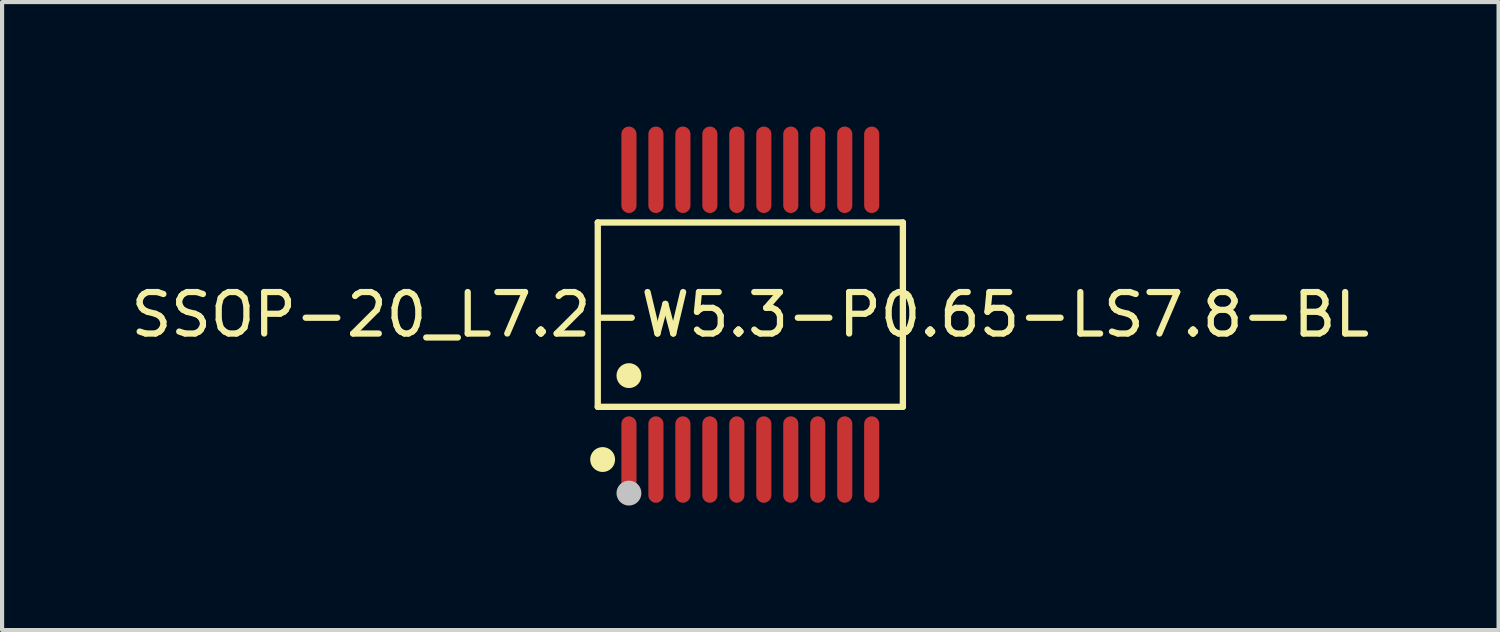
<source format=kicad_pcb>
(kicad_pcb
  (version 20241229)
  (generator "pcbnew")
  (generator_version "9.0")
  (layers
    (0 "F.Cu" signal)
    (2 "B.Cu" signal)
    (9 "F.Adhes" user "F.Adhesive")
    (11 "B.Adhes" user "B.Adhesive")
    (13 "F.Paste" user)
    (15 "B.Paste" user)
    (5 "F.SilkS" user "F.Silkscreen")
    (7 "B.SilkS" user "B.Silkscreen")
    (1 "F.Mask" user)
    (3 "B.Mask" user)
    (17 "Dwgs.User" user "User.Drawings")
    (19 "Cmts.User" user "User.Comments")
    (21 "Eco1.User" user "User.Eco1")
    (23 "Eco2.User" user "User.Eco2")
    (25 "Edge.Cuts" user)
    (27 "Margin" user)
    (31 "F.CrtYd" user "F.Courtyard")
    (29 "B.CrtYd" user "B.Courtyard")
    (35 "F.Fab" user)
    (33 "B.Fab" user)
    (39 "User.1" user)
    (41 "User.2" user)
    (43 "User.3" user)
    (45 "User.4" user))
  (footprint "SSOP-20_L7.2-W5.3-P0.65-LS7.8-BL"
    (layer "F.Cu")
    (at 15.03 4.532)
    (property "Reference" "SSOP-20_L7.2-W5.3-P0.65-LS7.8-BL" (at 0 0 0) (layer "F.SilkS") (effects (font (size 1 1) (thickness 0.15))))
    (fp_line (start -3.676 -2.221) (end 3.676 -2.221) (stroke (width 0.152) (type default)) (layer "F.SilkS"))
    (fp_line (start -3.676 2.221) (end -3.676 -2.221) (stroke (width 0.152) (type default)) (layer "F.SilkS"))
    (fp_line (start 3.676 -2.221) (end 3.676 2.221) (stroke (width 0.152) (type default)) (layer "F.SilkS"))
    (fp_line (start 3.676 2.221) (end -3.676 2.221) (stroke (width 0.152) (type default)) (layer "F.SilkS"))
    (fp_circle (center -3.559 3.491) (end -3.409 3.491) (stroke (width 0.3) (type default)) (fill no) (layer "F.SilkS"))
    (fp_circle (center -2.925 1.469) (end -2.775 1.469) (stroke (width 0.3) (type default)) (fill no) (layer "F.SilkS"))
    (fp_circle (center -2.925 4.3) (end -2.775 4.3) (stroke (width 0.3) (type default)) (fill no) (layer "Dwgs.User"))
    (fp_poly (pts (xy -3.075 -3.9) (xy -3.075 -3.15) (xy -2.775 -3.15) (xy -2.775 -3.9)) (stroke (width 0.1) (type default)) (fill no) (layer "User.1"))
    (fp_poly (pts (xy -3.075 -3.16) (xy -3.075 -2.64) (xy -2.775 -2.64) (xy -2.775 -3.16)) (stroke (width 0.1) (type default)) (fill no) (layer "User.1"))
    (fp_poly (pts (xy -3.075 3.16) (xy -3.075 2.64) (xy -2.775 2.64) (xy -2.775 3.16)) (stroke (width 0.1) (type default)) (fill no) (layer "User.1"))
    (fp_poly (pts (xy -3.075 3.9) (xy -3.075 3.15) (xy -2.775 3.15) (xy -2.775 3.9)) (stroke (width 0.1) (type default)) (fill no) (layer "User.1"))
    (fp_poly (pts (xy -2.425 -3.9) (xy -2.425 -3.15) (xy -2.125 -3.15) (xy -2.125 -3.9)) (stroke (width 0.1) (type default)) (fill no) (layer "User.1"))
    (fp_poly (pts (xy -2.425 -3.16) (xy -2.425 -2.64) (xy -2.125 -2.64) (xy -2.125 -3.16)) (stroke (width 0.1) (type default)) (fill no) (layer "User.1"))
    (fp_poly (pts (xy -2.425 3.16) (xy -2.425 2.64) (xy -2.125 2.64) (xy -2.125 3.16)) (stroke (width 0.1) (type default)) (fill no) (layer "User.1"))
    (fp_poly (pts (xy -2.425 3.9) (xy -2.425 3.15) (xy -2.125 3.15) (xy -2.125 3.9)) (stroke (width 0.1) (type default)) (fill no) (layer "User.1"))
    (fp_poly (pts (xy -1.775 -3.9) (xy -1.775 -3.15) (xy -1.475 -3.15) (xy -1.475 -3.9)) (stroke (width 0.1) (type default)) (fill no) (layer "User.1"))
    (fp_poly (pts (xy -1.775 -3.16) (xy -1.775 -2.64) (xy -1.475 -2.64) (xy -1.475 -3.16)) (stroke (width 0.1) (type default)) (fill no) (layer "User.1"))
    (fp_poly (pts (xy -1.775 3.16) (xy -1.775 2.64) (xy -1.475 2.64) (xy -1.475 3.16)) (stroke (width 0.1) (type default)) (fill no) (layer "User.1"))
    (fp_poly (pts (xy -1.775 3.9) (xy -1.775 3.15) (xy -1.475 3.15) (xy -1.475 3.9)) (stroke (width 0.1) (type default)) (fill no) (layer "User.1"))
    (fp_poly (pts (xy -1.125 -3.9) (xy -1.125 -3.15) (xy -0.825 -3.15) (xy -0.825 -3.9)) (stroke (width 0.1) (type default)) (fill no) (layer "User.1"))
    (fp_poly (pts (xy -1.125 -3.16) (xy -1.125 -2.64) (xy -0.825 -2.64) (xy -0.825 -3.16)) (stroke (width 0.1) (type default)) (fill no) (layer "User.1"))
    (fp_poly (pts (xy -1.125 3.16) (xy -1.125 2.64) (xy -0.825 2.64) (xy -0.825 3.16)) (stroke (width 0.1) (type default)) (fill no) (layer "User.1"))
    (fp_poly (pts (xy -1.125 3.9) (xy -1.125 3.15) (xy -0.825 3.15) (xy -0.825 3.9)) (stroke (width 0.1) (type default)) (fill no) (layer "User.1"))
    (fp_poly (pts (xy -0.475 -3.9) (xy -0.475 -3.15) (xy -0.175 -3.15) (xy -0.175 -3.9)) (stroke (width 0.1) (type default)) (fill no) (layer "User.1"))
    (fp_poly (pts (xy -0.475 -3.16) (xy -0.475 -2.64) (xy -0.175 -2.64) (xy -0.175 -3.16)) (stroke (width 0.1) (type default)) (fill no) (layer "User.1"))
    (fp_poly (pts (xy -0.475 3.16) (xy -0.475 2.64) (xy -0.175 2.64) (xy -0.175 3.16)) (stroke (width 0.1) (type default)) (fill no) (layer "User.1"))
    (fp_poly (pts (xy -0.475 3.9) (xy -0.475 3.15) (xy -0.175 3.15) (xy -0.175 3.9)) (stroke (width 0.1) (type default)) (fill no) (layer "User.1"))
    (fp_poly (pts (xy 0.175 -3.9) (xy 0.175 -3.15) (xy 0.475 -3.15) (xy 0.475 -3.9)) (stroke (width 0.1) (type default)) (fill no) (layer "User.1"))
    (fp_poly (pts (xy 0.175 -3.16) (xy 0.175 -2.64) (xy 0.475 -2.64) (xy 0.475 -3.16)) (stroke (width 0.1) (type default)) (fill no) (layer "User.1"))
    (fp_poly (pts (xy 0.175 3.16) (xy 0.175 2.64) (xy 0.475 2.64) (xy 0.475 3.16)) (stroke (width 0.1) (type default)) (fill no) (layer "User.1"))
    (fp_poly (pts (xy 0.175 3.9) (xy 0.175 3.15) (xy 0.475 3.15) (xy 0.475 3.9)) (stroke (width 0.1) (type default)) (fill no) (layer "User.1"))
    (fp_poly (pts (xy 0.825 -3.9) (xy 0.825 -3.15) (xy 1.125 -3.15) (xy 1.125 -3.9)) (stroke (width 0.1) (type default)) (fill no) (layer "User.1"))
    (fp_poly (pts (xy 0.825 -3.16) (xy 0.825 -2.64) (xy 1.125 -2.64) (xy 1.125 -3.16)) (stroke (width 0.1) (type default)) (fill no) (layer "User.1"))
    (fp_poly (pts (xy 0.825 3.16) (xy 0.825 2.64) (xy 1.125 2.64) (xy 1.125 3.16)) (stroke (width 0.1) (type default)) (fill no) (layer "User.1"))
    (fp_poly (pts (xy 0.825 3.9) (xy 0.825 3.15) (xy 1.125 3.15) (xy 1.125 3.9)) (stroke (width 0.1) (type default)) (fill no) (layer "User.1"))
    (fp_poly (pts (xy 1.475 -3.9) (xy 1.475 -3.15) (xy 1.775 -3.15) (xy 1.775 -3.9)) (stroke (width 0.1) (type default)) (fill no) (layer "User.1"))
    (fp_poly (pts (xy 1.475 -3.16) (xy 1.475 -2.64) (xy 1.775 -2.64) (xy 1.775 -3.16)) (stroke (width 0.1) (type default)) (fill no) (layer "User.1"))
    (fp_poly (pts (xy 1.475 3.16) (xy 1.475 2.64) (xy 1.775 2.64) (xy 1.775 3.16)) (stroke (width 0.1) (type default)) (fill no) (layer "User.1"))
    (fp_poly (pts (xy 1.475 3.9) (xy 1.475 3.15) (xy 1.775 3.15) (xy 1.775 3.9)) (stroke (width 0.1) (type default)) (fill no) (layer "User.1"))
    (fp_poly (pts (xy 2.125 -3.9) (xy 2.125 -3.15) (xy 2.425 -3.15) (xy 2.425 -3.9)) (stroke (width 0.1) (type default)) (fill no) (layer "User.1"))
    (fp_poly (pts (xy 2.125 -3.16) (xy 2.125 -2.64) (xy 2.425 -2.64) (xy 2.425 -3.16)) (stroke (width 0.1) (type default)) (fill no) (layer "User.1"))
    (fp_poly (pts (xy 2.125 3.16) (xy 2.125 2.64) (xy 2.425 2.64) (xy 2.425 3.16)) (stroke (width 0.1) (type default)) (fill no) (layer "User.1"))
    (fp_poly (pts (xy 2.125 3.9) (xy 2.125 3.15) (xy 2.425 3.15) (xy 2.425 3.9)) (stroke (width 0.1) (type default)) (fill no) (layer "User.1"))
    (fp_poly (pts (xy 2.775 -3.9) (xy 2.775 -3.15) (xy 3.075 -3.15) (xy 3.075 -3.9)) (stroke (width 0.1) (type default)) (fill no) (layer "User.1"))
    (fp_poly (pts (xy 2.775 -3.16) (xy 2.775 -2.64) (xy 3.075 -2.64) (xy 3.075 -3.16)) (stroke (width 0.1) (type default)) (fill no) (layer "User.1"))
    (fp_poly (pts (xy 2.775 3.16) (xy 2.775 2.64) (xy 3.075 2.64) (xy 3.075 3.16)) (stroke (width 0.1) (type default)) (fill no) (layer "User.1"))
    (fp_poly (pts (xy 2.775 3.9) (xy 2.775 3.15) (xy 3.075 3.15) (xy 3.075 3.9)) (stroke (width 0.1) (type default)) (fill no) (layer "User.1"))
    (fp_line (start -3.6 -2.65) (end 3.6 -2.65) (stroke (width 0.051) (type default)) (layer "User.2"))
    (fp_line (start -3.6 2.65) (end -3.6 -2.65) (stroke (width 0.051) (type default)) (layer "User.2"))
    (fp_line (start 3.6 -2.65) (end 3.6 2.65) (stroke (width 0.051) (type default)) (layer "User.2"))
    (fp_line (start 3.6 2.65) (end -3.6 2.65) (stroke (width 0.051) (type default)) (layer "User.2"))
    (fp_poly (pts (xy -3.545 3.877) (xy -3.577 3.845) (xy -3.623 3.845) (xy -3.655 3.877) (xy -3.655 3.923) (xy -3.623 3.955) (xy -3.577 3.955) (xy -3.545 3.923)) (stroke (width 0.1) (type default)) (fill no) (layer "User.3"))
    (pad "1" smd oval (at -2.925 3.491) (size 0.364 2.082) (layers "F.Cu" "F.Mask" "F.Paste"))
    (pad "2" smd oval (at -2.275 3.491) (size 0.364 2.082) (layers "F.Cu" "F.Mask" "F.Paste"))
    (pad "3" smd oval (at -1.625 3.491) (size 0.364 2.082) (layers "F.Cu" "F.Mask" "F.Paste"))
    (pad "4" smd oval (at -0.975 3.491) (size 0.364 2.082) (layers "F.Cu" "F.Mask" "F.Paste"))
    (pad "5" smd oval (at -0.325 3.491) (size 0.364 2.082) (layers "F.Cu" "F.Mask" "F.Paste"))
    (pad "6" smd oval (at 0.325 3.491) (size 0.364 2.082) (layers "F.Cu" "F.Mask" "F.Paste"))
    (pad "7" smd oval (at 0.975 3.491) (size 0.364 2.082) (layers "F.Cu" "F.Mask" "F.Paste"))
    (pad "8" smd oval (at 1.625 3.491) (size 0.364 2.082) (layers "F.Cu" "F.Mask" "F.Paste"))
    (pad "9" smd oval (at 2.275 3.491) (size 0.364 2.082) (layers "F.Cu" "F.Mask" "F.Paste"))
    (pad "10" smd oval (at 2.925 3.491) (size 0.364 2.082) (layers "F.Cu" "F.Mask" "F.Paste"))
    (pad "11" smd oval (at 2.925 -3.491) (size 0.364 2.082) (layers "F.Cu" "F.Mask" "F.Paste"))
    (pad "12" smd oval (at 2.275 -3.491) (size 0.364 2.082) (layers "F.Cu" "F.Mask" "F.Paste"))
    (pad "13" smd oval (at 1.625 -3.491) (size 0.364 2.082) (layers "F.Cu" "F.Mask" "F.Paste"))
    (pad "14" smd oval (at 0.975 -3.491) (size 0.364 2.082) (layers "F.Cu" "F.Mask" "F.Paste"))
    (pad "15" smd oval (at 0.325 -3.491) (size 0.364 2.082) (layers "F.Cu" "F.Mask" "F.Paste"))
    (pad "16" smd oval (at -0.325 -3.491) (size 0.364 2.082) (layers "F.Cu" "F.Mask" "F.Paste"))
    (pad "17" smd oval (at -0.975 -3.491) (size 0.364 2.082) (layers "F.Cu" "F.Mask" "F.Paste"))
    (pad "18" smd oval (at -1.625 -3.491) (size 0.364 2.082) (layers "F.Cu" "F.Mask" "F.Paste"))
    (pad "19" smd oval (at -2.275 -3.491) (size 0.364 2.082) (layers "F.Cu" "F.Mask" "F.Paste"))
    (pad "20" smd oval (at -2.925 -3.491) (size 0.364 2.082) (layers "F.Cu" "F.Mask" "F.Paste")))
  (gr_rect
    (start -3 -3)
    (end 33.06 12.132)
    (stroke (width 0.1) (type default))
    (fill no)
    (layer "Edge.Cuts")))
</source>
